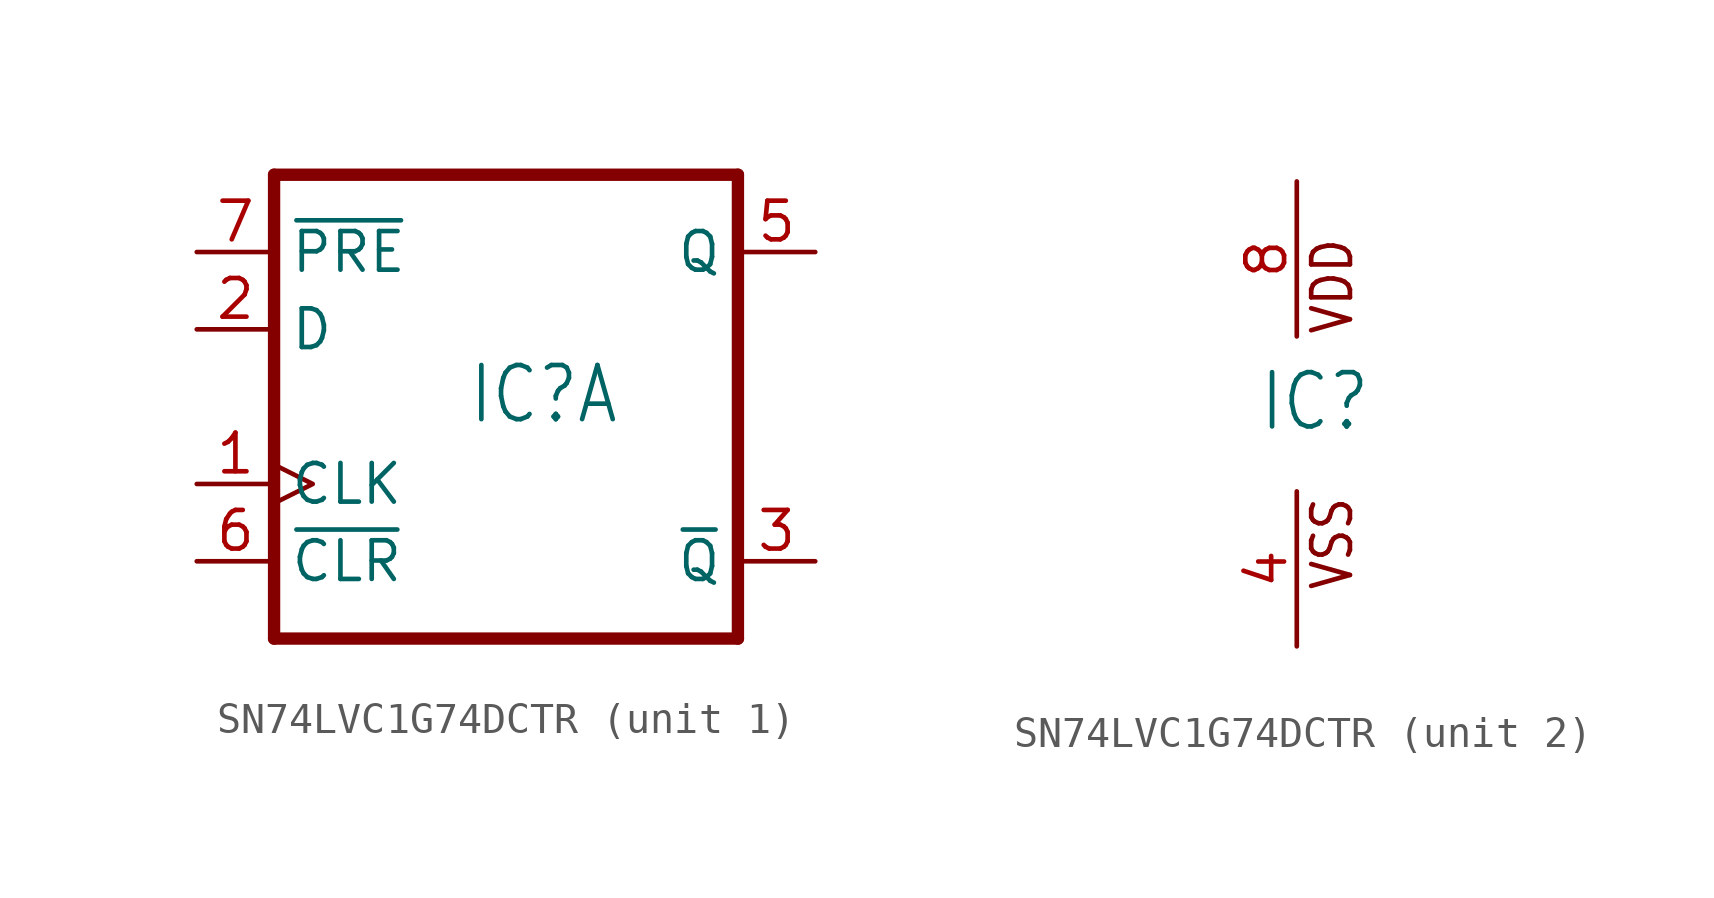
<source format=kicad_sym>
(kicad_symbol_lib
  (version 20211014)
  (generator kicad_symbol_editor)
  (symbol "SN74LVC1G74DCTR"
    (property "Reference" "IC"
      (at -1.27 -0.635 0)
      (effects (font (size 1.778 1.511)) (justify left bottom)))
    (property "ki_locked" ""
      (at 0 0 0)
      (effects (font (size 1.27 1.27))))
    (symbol "SN74LVC1G74DCTR_1_0"
      (polyline (pts (xy -7.62 -7.62) (xy 7.62 -7.62)) (stroke (width 0.406) (type default) (color 0 0 0 0)) (fill (type none)))
      (polyline (pts (xy -7.62 7.62) (xy -7.62 -7.62)) (stroke (width 0.406) (type default) (color 0 0 0 0)) (fill (type none)))
      (polyline (pts (xy 7.62 -7.62) (xy 7.62 7.62)) (stroke (width 0.406) (type default) (color 0 0 0 0)) (fill (type none)))
      (polyline (pts (xy 7.62 7.62) (xy -7.62 7.62)) (stroke (width 0.406) (type default) (color 0 0 0 0)) (fill (type none)))
      (pin input clock (at -10.16 -2.54 0) (length 2.54) (name "CLK" (effects (font (size 1.27 1.27)))) (number "1" (effects (font (size 1.27 1.27)))))
      (pin input line (at -10.16 2.54 0) (length 2.54) (name "D" (effects (font (size 1.27 1.27)))) (number "2" (effects (font (size 1.27 1.27)))))
      (pin output line (at 10.16 -5.08 180) (length 2.54) (name "~{Q}" (effects (font (size 1.27 1.27)))) (number "3" (effects (font (size 1.27 1.27)))))
      (pin output line (at 10.16 5.08 180) (length 2.54) (name "Q" (effects (font (size 1.27 1.27)))) (number "5" (effects (font (size 1.27 1.27)))))
      (pin input line (at -10.16 -5.08 0) (length 2.54) (name "~{CLR}" (effects (font (size 1.27 1.27)))) (number "6" (effects (font (size 1.27 1.27)))))
      (pin input line (at -10.16 5.08 0) (length 2.54) (name "~{PRE}" (effects (font (size 1.27 1.27)))) (number "7" (effects (font (size 1.27 1.27))))))
    (symbol "SN74LVC1G74DCTR_2_0"
      (text "VDD" (at 1.905 2.54 900) (effects (font (size 1.27 1.079)) (justify left bottom)))
      (text "VSS" (at 1.905 -5.842 900) (effects (font (size 1.27 1.079)) (justify left bottom)))
      (pin power_in line (at 0 -7.62 90) (length 5.08) (name "VSS" (effects (font (size 0 0)))) (number "4" (effects (font (size 1.27 1.27)))))
      (pin power_in line (at 0 7.62 270) (length 5.08) (name "VDD" (effects (font (size 0 0)))) (number "8" (effects (font (size 1.27 1.27))))))))
</source>
